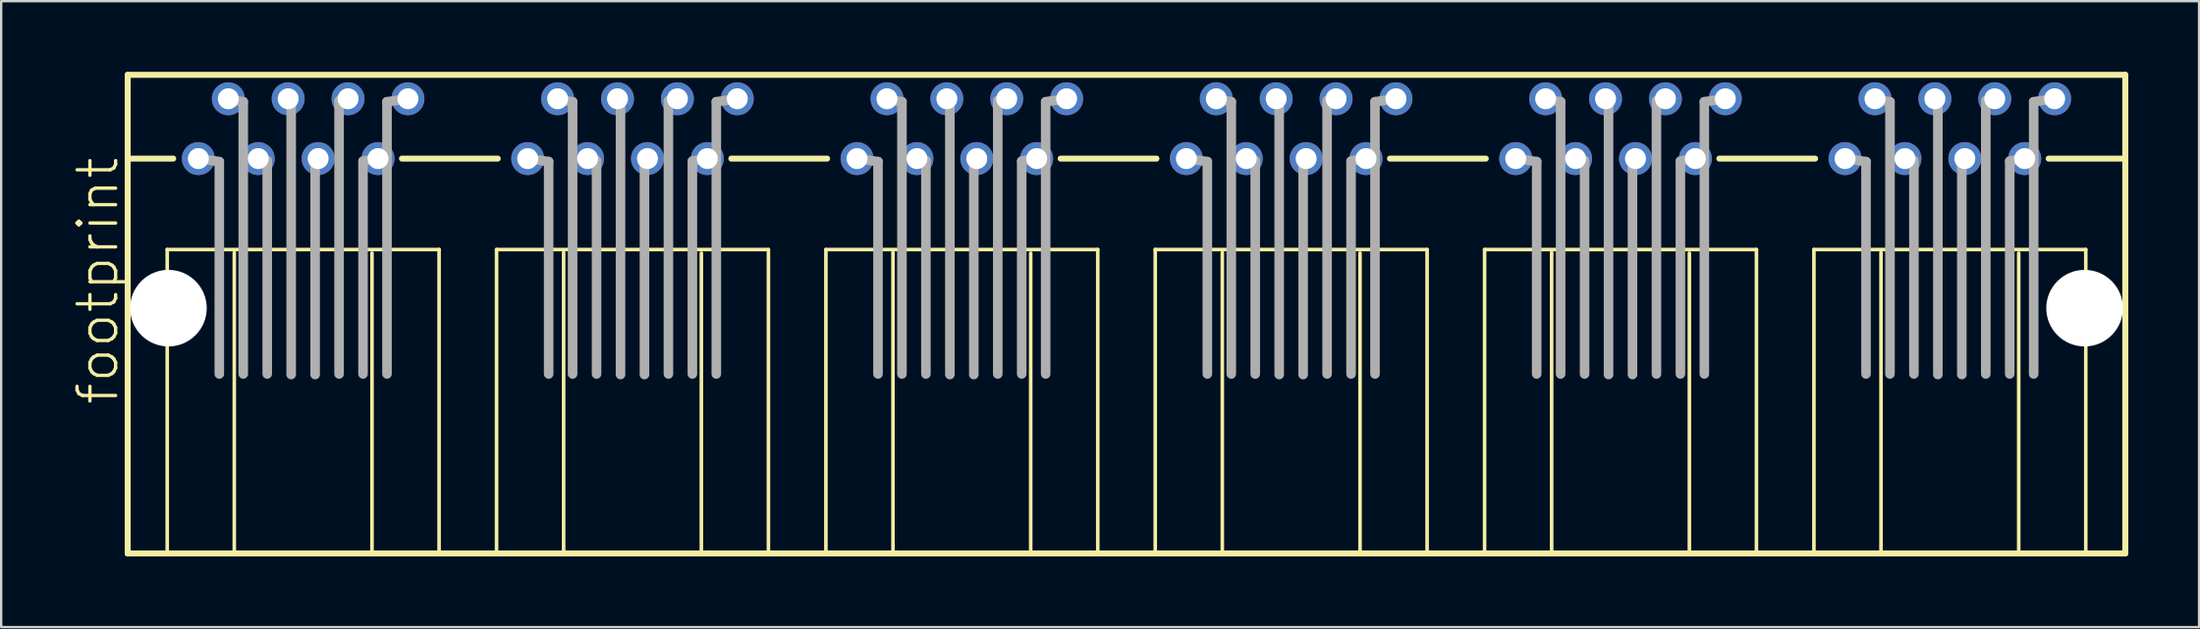
<source format=kicad_pcb>
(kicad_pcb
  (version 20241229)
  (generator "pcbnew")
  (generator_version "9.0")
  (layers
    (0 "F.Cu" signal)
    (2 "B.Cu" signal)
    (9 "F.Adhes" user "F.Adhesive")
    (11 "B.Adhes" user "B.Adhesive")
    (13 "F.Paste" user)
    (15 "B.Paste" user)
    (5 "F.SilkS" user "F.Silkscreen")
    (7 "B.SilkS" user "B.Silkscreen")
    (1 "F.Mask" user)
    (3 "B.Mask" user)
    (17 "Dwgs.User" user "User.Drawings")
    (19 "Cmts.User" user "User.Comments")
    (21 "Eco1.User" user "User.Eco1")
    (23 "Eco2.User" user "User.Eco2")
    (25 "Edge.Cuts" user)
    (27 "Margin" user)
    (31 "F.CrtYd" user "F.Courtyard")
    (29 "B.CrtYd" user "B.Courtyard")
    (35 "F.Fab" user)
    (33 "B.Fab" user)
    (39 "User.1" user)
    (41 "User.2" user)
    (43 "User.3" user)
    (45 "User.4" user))
  (footprint "footprint"
    (layer "F.Cu")
    (at 44.734 10.033)
    (property "Reference" "footprint" (at -42.672 4.191 90) (layer "F.SilkS") (effects (font (size 1.636 1.636) (thickness 0.142)) (justify left bottom)))
    (fp_line (start -42.367 -9.906) (end -42.367 -6.35) (stroke (width 0.254) (type solid)) (layer "F.SilkS"))
    (fp_line (start -42.367 -6.35) (end -42.367 10.414) (stroke (width 0.254) (type solid)) (layer "F.SilkS"))
    (fp_line (start -42.367 10.414) (end -37.846 10.414) (stroke (width 0.254) (type solid)) (layer "F.SilkS"))
    (fp_line (start -40.691 -2.489) (end -40.691 10.363) (stroke (width 0.152) (type solid)) (layer "F.SilkS"))
    (fp_line (start -40.437 -6.35) (end -42.367 -6.35) (stroke (width 0.254) (type solid)) (layer "F.SilkS"))
    (fp_line (start -37.846 10.414) (end -37.846 -2.362) (stroke (width 0.152) (type solid)) (layer "F.SilkS"))
    (fp_line (start -37.846 10.414) (end -32.004 10.414) (stroke (width 0.254) (type solid)) (layer "F.SilkS"))
    (fp_line (start -32.004 -2.337) (end -32.004 10.414) (stroke (width 0.152) (type solid)) (layer "F.SilkS"))
    (fp_line (start -32.004 10.414) (end -23.876 10.414) (stroke (width 0.254) (type solid)) (layer "F.SilkS"))
    (fp_line (start -30.734 -6.35) (end -26.67 -6.35) (stroke (width 0.254) (type solid)) (layer "F.SilkS"))
    (fp_line (start -29.159 -2.489) (end -40.691 -2.489) (stroke (width 0.152) (type solid)) (layer "F.SilkS"))
    (fp_line (start -29.159 10.363) (end -29.159 -2.489) (stroke (width 0.152) (type solid)) (layer "F.SilkS"))
    (fp_line (start -26.721 -2.489) (end -26.721 10.363) (stroke (width 0.152) (type solid)) (layer "F.SilkS"))
    (fp_line (start -23.876 10.414) (end -23.876 -2.362) (stroke (width 0.152) (type solid)) (layer "F.SilkS"))
    (fp_line (start -23.876 10.414) (end -18.034 10.414) (stroke (width 0.254) (type solid)) (layer "F.SilkS"))
    (fp_line (start -18.034 -2.337) (end -18.034 10.414) (stroke (width 0.152) (type solid)) (layer "F.SilkS"))
    (fp_line (start -18.034 10.414) (end -9.906 10.414) (stroke (width 0.254) (type solid)) (layer "F.SilkS"))
    (fp_line (start -16.764 -6.35) (end -12.7 -6.35) (stroke (width 0.254) (type solid)) (layer "F.SilkS"))
    (fp_line (start -15.189 -2.489) (end -26.721 -2.489) (stroke (width 0.152) (type solid)) (layer "F.SilkS"))
    (fp_line (start -15.189 10.363) (end -15.189 -2.489) (stroke (width 0.152) (type solid)) (layer "F.SilkS"))
    (fp_line (start -12.751 -2.489) (end -12.751 10.363) (stroke (width 0.152) (type solid)) (layer "F.SilkS"))
    (fp_line (start -9.906 10.414) (end -9.906 -2.362) (stroke (width 0.152) (type solid)) (layer "F.SilkS"))
    (fp_line (start -9.906 10.414) (end -4.064 10.414) (stroke (width 0.254) (type solid)) (layer "F.SilkS"))
    (fp_line (start -4.064 -2.337) (end -4.064 10.414) (stroke (width 0.152) (type solid)) (layer "F.SilkS"))
    (fp_line (start -4.064 10.414) (end 4.064 10.414) (stroke (width 0.254) (type solid)) (layer "F.SilkS"))
    (fp_line (start -2.794 -6.35) (end 1.27 -6.35) (stroke (width 0.254) (type solid)) (layer "F.SilkS"))
    (fp_line (start -1.219 -2.489) (end -12.751 -2.489) (stroke (width 0.152) (type solid)) (layer "F.SilkS"))
    (fp_line (start -1.219 10.363) (end -1.219 -2.489) (stroke (width 0.152) (type solid)) (layer "F.SilkS"))
    (fp_line (start 1.219 -2.489) (end 1.219 10.363) (stroke (width 0.152) (type solid)) (layer "F.SilkS"))
    (fp_line (start 4.064 10.414) (end 4.064 -2.362) (stroke (width 0.152) (type solid)) (layer "F.SilkS"))
    (fp_line (start 4.064 10.414) (end 9.906 10.414) (stroke (width 0.254) (type solid)) (layer "F.SilkS"))
    (fp_line (start 9.906 -2.337) (end 9.906 10.414) (stroke (width 0.152) (type solid)) (layer "F.SilkS"))
    (fp_line (start 9.906 10.414) (end 18.034 10.414) (stroke (width 0.254) (type solid)) (layer "F.SilkS"))
    (fp_line (start 11.176 -6.35) (end 15.24 -6.35) (stroke (width 0.254) (type solid)) (layer "F.SilkS"))
    (fp_line (start 12.751 -2.489) (end 1.219 -2.489) (stroke (width 0.152) (type solid)) (layer "F.SilkS"))
    (fp_line (start 12.751 10.363) (end 12.751 -2.489) (stroke (width 0.152) (type solid)) (layer "F.SilkS"))
    (fp_line (start 15.189 -2.489) (end 15.189 10.363) (stroke (width 0.152) (type solid)) (layer "F.SilkS"))
    (fp_line (start 18.034 10.414) (end 18.034 -2.362) (stroke (width 0.152) (type solid)) (layer "F.SilkS"))
    (fp_line (start 18.034 10.414) (end 23.876 10.414) (stroke (width 0.254) (type solid)) (layer "F.SilkS"))
    (fp_line (start 23.876 -2.337) (end 23.876 10.414) (stroke (width 0.152) (type solid)) (layer "F.SilkS"))
    (fp_line (start 23.876 10.414) (end 32.004 10.414) (stroke (width 0.254) (type solid)) (layer "F.SilkS"))
    (fp_line (start 25.146 -6.35) (end 29.21 -6.35) (stroke (width 0.254) (type solid)) (layer "F.SilkS"))
    (fp_line (start 26.721 -2.489) (end 15.189 -2.489) (stroke (width 0.152) (type solid)) (layer "F.SilkS"))
    (fp_line (start 26.721 10.363) (end 26.721 -2.489) (stroke (width 0.152) (type solid)) (layer "F.SilkS"))
    (fp_line (start 29.159 -2.489) (end 29.159 10.363) (stroke (width 0.152) (type solid)) (layer "F.SilkS"))
    (fp_line (start 32.004 10.414) (end 32.004 -2.362) (stroke (width 0.152) (type solid)) (layer "F.SilkS"))
    (fp_line (start 32.004 10.414) (end 37.846 10.414) (stroke (width 0.254) (type solid)) (layer "F.SilkS"))
    (fp_line (start 37.846 -2.337) (end 37.846 10.414) (stroke (width 0.152) (type solid)) (layer "F.SilkS"))
    (fp_line (start 37.846 10.414) (end 42.367 10.414) (stroke (width 0.254) (type solid)) (layer "F.SilkS"))
    (fp_line (start 39.116 -6.35) (end 42.367 -6.35) (stroke (width 0.254) (type solid)) (layer "F.SilkS"))
    (fp_line (start 40.691 -2.489) (end 29.159 -2.489) (stroke (width 0.152) (type solid)) (layer "F.SilkS"))
    (fp_line (start 40.691 10.363) (end 40.691 -2.489) (stroke (width 0.152) (type solid)) (layer "F.SilkS"))
    (fp_line (start 42.367 -9.906) (end -42.367 -9.906) (stroke (width 0.254) (type solid)) (layer "F.SilkS"))
    (fp_line (start 42.367 -6.35) (end 42.367 -9.906) (stroke (width 0.254) (type solid)) (layer "F.SilkS"))
    (fp_line (start 42.367 10.414) (end 42.367 -6.35) (stroke (width 0.254) (type solid)) (layer "F.SilkS"))
    (fp_line (start -39.37 -6.35) (end -38.481 -6.223) (stroke (width 0.406) (type solid)) (layer "F.Fab"))
    (fp_line (start -38.481 -6.223) (end -38.481 2.794) (stroke (width 0.406) (type solid)) (layer "F.Fab"))
    (fp_line (start -38.1 -8.865) (end -37.465 -8.763) (stroke (width 0.406) (type solid)) (layer "F.Fab"))
    (fp_line (start -37.465 -8.763) (end -37.465 2.794) (stroke (width 0.406) (type solid)) (layer "F.Fab"))
    (fp_line (start -36.83 -6.35) (end -36.449 -6.274) (stroke (width 0.406) (type solid)) (layer "F.Fab"))
    (fp_line (start -36.449 -6.223) (end -36.449 2.794) (stroke (width 0.406) (type solid)) (layer "F.Fab"))
    (fp_line (start -35.56 -8.89) (end -35.433 -8.865) (stroke (width 0.406) (type solid)) (layer "F.Fab"))
    (fp_line (start -35.433 -8.763) (end -35.433 2.819) (stroke (width 0.406) (type solid)) (layer "F.Fab"))
    (fp_line (start -34.417 -6.223) (end -34.417 2.819) (stroke (width 0.406) (type solid)) (layer "F.Fab"))
    (fp_line (start -34.29 -6.35) (end -34.417 -6.299) (stroke (width 0.406) (type solid)) (layer "F.Fab"))
    (fp_line (start -33.401 -8.763) (end -33.401 2.794) (stroke (width 0.406) (type solid)) (layer "F.Fab"))
    (fp_line (start -33.02 -8.89) (end -33.401 -8.814) (stroke (width 0.406) (type solid)) (layer "F.Fab"))
    (fp_line (start -32.385 -6.223) (end -32.385 2.794) (stroke (width 0.406) (type solid)) (layer "F.Fab"))
    (fp_line (start -31.75 -6.35) (end -32.385 -6.248) (stroke (width 0.406) (type solid)) (layer "F.Fab"))
    (fp_line (start -31.369 -8.763) (end -31.369 2.794) (stroke (width 0.406) (type solid)) (layer "F.Fab"))
    (fp_line (start -30.48 -8.89) (end -31.369 -8.763) (stroke (width 0.406) (type solid)) (layer "F.Fab"))
    (fp_line (start -25.4 -6.35) (end -24.511 -6.223) (stroke (width 0.406) (type solid)) (layer "F.Fab"))
    (fp_line (start -24.511 -6.223) (end -24.511 2.794) (stroke (width 0.406) (type solid)) (layer "F.Fab"))
    (fp_line (start -24.13 -8.865) (end -23.495 -8.763) (stroke (width 0.406) (type solid)) (layer "F.Fab"))
    (fp_line (start -23.495 -8.763) (end -23.495 2.794) (stroke (width 0.406) (type solid)) (layer "F.Fab"))
    (fp_line (start -22.86 -6.35) (end -22.479 -6.274) (stroke (width 0.406) (type solid)) (layer "F.Fab"))
    (fp_line (start -22.479 -6.223) (end -22.479 2.794) (stroke (width 0.406) (type solid)) (layer "F.Fab"))
    (fp_line (start -21.59 -8.89) (end -21.463 -8.865) (stroke (width 0.406) (type solid)) (layer "F.Fab"))
    (fp_line (start -21.463 -8.763) (end -21.463 2.819) (stroke (width 0.406) (type solid)) (layer "F.Fab"))
    (fp_line (start -20.447 -6.223) (end -20.447 2.819) (stroke (width 0.406) (type solid)) (layer "F.Fab"))
    (fp_line (start -20.32 -6.35) (end -20.447 -6.299) (stroke (width 0.406) (type solid)) (layer "F.Fab"))
    (fp_line (start -19.431 -8.763) (end -19.431 2.794) (stroke (width 0.406) (type solid)) (layer "F.Fab"))
    (fp_line (start -19.05 -8.89) (end -19.431 -8.814) (stroke (width 0.406) (type solid)) (layer "F.Fab"))
    (fp_line (start -18.415 -6.223) (end -18.415 2.794) (stroke (width 0.406) (type solid)) (layer "F.Fab"))
    (fp_line (start -17.78 -6.35) (end -18.415 -6.248) (stroke (width 0.406) (type solid)) (layer "F.Fab"))
    (fp_line (start -17.399 -8.763) (end -17.399 2.794) (stroke (width 0.406) (type solid)) (layer "F.Fab"))
    (fp_line (start -16.51 -8.89) (end -17.399 -8.763) (stroke (width 0.406) (type solid)) (layer "F.Fab"))
    (fp_line (start -11.43 -6.35) (end -10.541 -6.223) (stroke (width 0.406) (type solid)) (layer "F.Fab"))
    (fp_line (start -10.541 -6.223) (end -10.541 2.794) (stroke (width 0.406) (type solid)) (layer "F.Fab"))
    (fp_line (start -10.16 -8.865) (end -9.525 -8.763) (stroke (width 0.406) (type solid)) (layer "F.Fab"))
    (fp_line (start -9.525 -8.763) (end -9.525 2.794) (stroke (width 0.406) (type solid)) (layer "F.Fab"))
    (fp_line (start -8.89 -6.35) (end -8.509 -6.274) (stroke (width 0.406) (type solid)) (layer "F.Fab"))
    (fp_line (start -8.509 -6.223) (end -8.509 2.794) (stroke (width 0.406) (type solid)) (layer "F.Fab"))
    (fp_line (start -7.62 -8.89) (end -7.493 -8.865) (stroke (width 0.406) (type solid)) (layer "F.Fab"))
    (fp_line (start -7.493 -8.763) (end -7.493 2.819) (stroke (width 0.406) (type solid)) (layer "F.Fab"))
    (fp_line (start -6.477 -6.223) (end -6.477 2.819) (stroke (width 0.406) (type solid)) (layer "F.Fab"))
    (fp_line (start -6.35 -6.35) (end -6.477 -6.299) (stroke (width 0.406) (type solid)) (layer "F.Fab"))
    (fp_line (start -5.461 -8.763) (end -5.461 2.794) (stroke (width 0.406) (type solid)) (layer "F.Fab"))
    (fp_line (start -5.08 -8.89) (end -5.461 -8.814) (stroke (width 0.406) (type solid)) (layer "F.Fab"))
    (fp_line (start -4.445 -6.223) (end -4.445 2.794) (stroke (width 0.406) (type solid)) (layer "F.Fab"))
    (fp_line (start -3.81 -6.35) (end -4.445 -6.248) (stroke (width 0.406) (type solid)) (layer "F.Fab"))
    (fp_line (start -3.429 -8.763) (end -3.429 2.794) (stroke (width 0.406) (type solid)) (layer "F.Fab"))
    (fp_line (start -2.54 -8.89) (end -3.429 -8.763) (stroke (width 0.406) (type solid)) (layer "F.Fab"))
    (fp_line (start 2.54 -6.35) (end 3.429 -6.223) (stroke (width 0.406) (type solid)) (layer "F.Fab"))
    (fp_line (start 3.429 -6.223) (end 3.429 2.794) (stroke (width 0.406) (type solid)) (layer "F.Fab"))
    (fp_line (start 3.81 -8.865) (end 4.445 -8.763) (stroke (width 0.406) (type solid)) (layer "F.Fab"))
    (fp_line (start 4.445 -8.763) (end 4.445 2.794) (stroke (width 0.406) (type solid)) (layer "F.Fab"))
    (fp_line (start 5.08 -6.35) (end 5.461 -6.274) (stroke (width 0.406) (type solid)) (layer "F.Fab"))
    (fp_line (start 5.461 -6.223) (end 5.461 2.794) (stroke (width 0.406) (type solid)) (layer "F.Fab"))
    (fp_line (start 6.35 -8.89) (end 6.477 -8.865) (stroke (width 0.406) (type solid)) (layer "F.Fab"))
    (fp_line (start 6.477 -8.763) (end 6.477 2.819) (stroke (width 0.406) (type solid)) (layer "F.Fab"))
    (fp_line (start 7.493 -6.223) (end 7.493 2.819) (stroke (width 0.406) (type solid)) (layer "F.Fab"))
    (fp_line (start 7.62 -6.35) (end 7.493 -6.299) (stroke (width 0.406) (type solid)) (layer "F.Fab"))
    (fp_line (start 8.509 -8.763) (end 8.509 2.794) (stroke (width 0.406) (type solid)) (layer "F.Fab"))
    (fp_line (start 8.89 -8.89) (end 8.509 -8.814) (stroke (width 0.406) (type solid)) (layer "F.Fab"))
    (fp_line (start 9.525 -6.223) (end 9.525 2.794) (stroke (width 0.406) (type solid)) (layer "F.Fab"))
    (fp_line (start 10.16 -6.35) (end 9.525 -6.248) (stroke (width 0.406) (type solid)) (layer "F.Fab"))
    (fp_line (start 10.541 -8.763) (end 10.541 2.794) (stroke (width 0.406) (type solid)) (layer "F.Fab"))
    (fp_line (start 11.43 -8.89) (end 10.541 -8.763) (stroke (width 0.406) (type solid)) (layer "F.Fab"))
    (fp_line (start 16.51 -6.35) (end 17.399 -6.223) (stroke (width 0.406) (type solid)) (layer "F.Fab"))
    (fp_line (start 17.399 -6.223) (end 17.399 2.794) (stroke (width 0.406) (type solid)) (layer "F.Fab"))
    (fp_line (start 17.78 -8.865) (end 18.415 -8.763) (stroke (width 0.406) (type solid)) (layer "F.Fab"))
    (fp_line (start 18.415 -8.763) (end 18.415 2.794) (stroke (width 0.406) (type solid)) (layer "F.Fab"))
    (fp_line (start 19.05 -6.35) (end 19.431 -6.274) (stroke (width 0.406) (type solid)) (layer "F.Fab"))
    (fp_line (start 19.431 -6.223) (end 19.431 2.794) (stroke (width 0.406) (type solid)) (layer "F.Fab"))
    (fp_line (start 20.32 -8.89) (end 20.447 -8.865) (stroke (width 0.406) (type solid)) (layer "F.Fab"))
    (fp_line (start 20.447 -8.763) (end 20.447 2.819) (stroke (width 0.406) (type solid)) (layer "F.Fab"))
    (fp_line (start 21.463 -6.223) (end 21.463 2.819) (stroke (width 0.406) (type solid)) (layer "F.Fab"))
    (fp_line (start 21.59 -6.35) (end 21.463 -6.299) (stroke (width 0.406) (type solid)) (layer "F.Fab"))
    (fp_line (start 22.479 -8.763) (end 22.479 2.794) (stroke (width 0.406) (type solid)) (layer "F.Fab"))
    (fp_line (start 22.86 -8.89) (end 22.479 -8.814) (stroke (width 0.406) (type solid)) (layer "F.Fab"))
    (fp_line (start 23.495 -6.223) (end 23.495 2.794) (stroke (width 0.406) (type solid)) (layer "F.Fab"))
    (fp_line (start 24.13 -6.35) (end 23.495 -6.248) (stroke (width 0.406) (type solid)) (layer "F.Fab"))
    (fp_line (start 24.511 -8.763) (end 24.511 2.794) (stroke (width 0.406) (type solid)) (layer "F.Fab"))
    (fp_line (start 25.4 -8.89) (end 24.511 -8.763) (stroke (width 0.406) (type solid)) (layer "F.Fab"))
    (fp_line (start 30.48 -6.35) (end 31.369 -6.223) (stroke (width 0.406) (type solid)) (layer "F.Fab"))
    (fp_line (start 31.369 -6.223) (end 31.369 2.794) (stroke (width 0.406) (type solid)) (layer "F.Fab"))
    (fp_line (start 31.75 -8.865) (end 32.385 -8.763) (stroke (width 0.406) (type solid)) (layer "F.Fab"))
    (fp_line (start 32.385 -8.763) (end 32.385 2.794) (stroke (width 0.406) (type solid)) (layer "F.Fab"))
    (fp_line (start 33.02 -6.35) (end 33.401 -6.274) (stroke (width 0.406) (type solid)) (layer "F.Fab"))
    (fp_line (start 33.401 -6.223) (end 33.401 2.794) (stroke (width 0.406) (type solid)) (layer "F.Fab"))
    (fp_line (start 34.29 -8.89) (end 34.417 -8.865) (stroke (width 0.406) (type solid)) (layer "F.Fab"))
    (fp_line (start 34.417 -8.763) (end 34.417 2.819) (stroke (width 0.406) (type solid)) (layer "F.Fab"))
    (fp_line (start 35.433 -6.223) (end 35.433 2.819) (stroke (width 0.406) (type solid)) (layer "F.Fab"))
    (fp_line (start 35.56 -6.35) (end 35.433 -6.299) (stroke (width 0.406) (type solid)) (layer "F.Fab"))
    (fp_line (start 36.449 -8.763) (end 36.449 2.794) (stroke (width 0.406) (type solid)) (layer "F.Fab"))
    (fp_line (start 36.83 -8.89) (end 36.449 -8.814) (stroke (width 0.406) (type solid)) (layer "F.Fab"))
    (fp_line (start 37.465 -6.223) (end 37.465 2.794) (stroke (width 0.406) (type solid)) (layer "F.Fab"))
    (fp_line (start 38.1 -6.35) (end 37.465 -6.248) (stroke (width 0.406) (type solid)) (layer "F.Fab"))
    (fp_line (start 38.481 -8.763) (end 38.481 2.794) (stroke (width 0.406) (type solid)) (layer "F.Fab"))
    (fp_line (start 39.37 -8.89) (end 38.481 -8.763) (stroke (width 0.406) (type solid)) (layer "F.Fab"))
    (pad "" np_thru_hole circle (at -40.64 0) (size 3.251 3.251) (drill 3.251) (layers "*.Cu" "*.Mask"))
    (pad "" np_thru_hole circle (at 40.64 0) (size 3.251 3.251) (drill 3.251) (layers "*.Cu" "*.Mask"))
    (pad "1-1" thru_hole circle (at -39.37 -6.35) (size 1.397 1.397) (drill 0.889) (layers "*.Cu" "*.Mask"))
    (pad "1-2" thru_hole circle (at -38.1 -8.89) (size 1.397 1.397) (drill 0.889) (layers "*.Cu" "*.Mask"))
    (pad "1-3" thru_hole circle (at -36.83 -6.35) (size 1.397 1.397) (drill 0.889) (layers "*.Cu" "*.Mask"))
    (pad "1-4" thru_hole circle (at -35.56 -8.89) (size 1.397 1.397) (drill 0.889) (layers "*.Cu" "*.Mask"))
    (pad "1-5" thru_hole circle (at -34.29 -6.35) (size 1.397 1.397) (drill 0.889) (layers "*.Cu" "*.Mask"))
    (pad "1-6" thru_hole circle (at -33.02 -8.89) (size 1.397 1.397) (drill 0.889) (layers "*.Cu" "*.Mask"))
    (pad "1-7" thru_hole circle (at -31.75 -6.35) (size 1.397 1.397) (drill 0.889) (layers "*.Cu" "*.Mask"))
    (pad "1-8" thru_hole circle (at -30.48 -8.89) (size 1.397 1.397) (drill 0.889) (layers "*.Cu" "*.Mask"))
    (pad "2-1" thru_hole circle (at -25.4 -6.35) (size 1.397 1.397) (drill 0.889) (layers "*.Cu" "*.Mask"))
    (pad "2-2" thru_hole circle (at -24.13 -8.89) (size 1.397 1.397) (drill 0.889) (layers "*.Cu" "*.Mask"))
    (pad "2-3" thru_hole circle (at -22.86 -6.35) (size 1.397 1.397) (drill 0.889) (layers "*.Cu" "*.Mask"))
    (pad "2-4" thru_hole circle (at -21.59 -8.89) (size 1.397 1.397) (drill 0.889) (layers "*.Cu" "*.Mask"))
    (pad "2-5" thru_hole circle (at -20.32 -6.35) (size 1.397 1.397) (drill 0.889) (layers "*.Cu" "*.Mask"))
    (pad "2-6" thru_hole circle (at -19.05 -8.89) (size 1.397 1.397) (drill 0.889) (layers "*.Cu" "*.Mask"))
    (pad "2-7" thru_hole circle (at -17.78 -6.35) (size 1.397 1.397) (drill 0.889) (layers "*.Cu" "*.Mask"))
    (pad "2-8" thru_hole circle (at -16.51 -8.89) (size 1.397 1.397) (drill 0.889) (layers "*.Cu" "*.Mask"))
    (pad "3-1" thru_hole circle (at -11.43 -6.35) (size 1.397 1.397) (drill 0.889) (layers "*.Cu" "*.Mask"))
    (pad "3-2" thru_hole circle (at -10.16 -8.89) (size 1.397 1.397) (drill 0.889) (layers "*.Cu" "*.Mask"))
    (pad "3-3" thru_hole circle (at -8.89 -6.35) (size 1.397 1.397) (drill 0.889) (layers "*.Cu" "*.Mask"))
    (pad "3-4" thru_hole circle (at -7.62 -8.89) (size 1.397 1.397) (drill 0.889) (layers "*.Cu" "*.Mask"))
    (pad "3-5" thru_hole circle (at -6.35 -6.35) (size 1.397 1.397) (drill 0.889) (layers "*.Cu" "*.Mask"))
    (pad "3-6" thru_hole circle (at -5.08 -8.89) (size 1.397 1.397) (drill 0.889) (layers "*.Cu" "*.Mask"))
    (pad "3-7" thru_hole circle (at -3.81 -6.35) (size 1.397 1.397) (drill 0.889) (layers "*.Cu" "*.Mask"))
    (pad "3-8" thru_hole circle (at -2.54 -8.89) (size 1.397 1.397) (drill 0.889) (layers "*.Cu" "*.Mask"))
    (pad "4-1" thru_hole circle (at 2.54 -6.35) (size 1.397 1.397) (drill 0.889) (layers "*.Cu" "*.Mask"))
    (pad "4-2" thru_hole circle (at 3.81 -8.89) (size 1.397 1.397) (drill 0.889) (layers "*.Cu" "*.Mask"))
    (pad "4-3" thru_hole circle (at 5.08 -6.35) (size 1.397 1.397) (drill 0.889) (layers "*.Cu" "*.Mask"))
    (pad "4-4" thru_hole circle (at 6.35 -8.89) (size 1.397 1.397) (drill 0.889) (layers "*.Cu" "*.Mask"))
    (pad "4-5" thru_hole circle (at 7.62 -6.35) (size 1.397 1.397) (drill 0.889) (layers "*.Cu" "*.Mask"))
    (pad "4-6" thru_hole circle (at 8.89 -8.89) (size 1.397 1.397) (drill 0.889) (layers "*.Cu" "*.Mask"))
    (pad "4-7" thru_hole circle (at 10.16 -6.35) (size 1.397 1.397) (drill 0.889) (layers "*.Cu" "*.Mask"))
    (pad "4-8" thru_hole circle (at 11.43 -8.89) (size 1.397 1.397) (drill 0.889) (layers "*.Cu" "*.Mask"))
    (pad "5-1" thru_hole circle (at 16.51 -6.35) (size 1.397 1.397) (drill 0.889) (layers "*.Cu" "*.Mask"))
    (pad "5-2" thru_hole circle (at 17.78 -8.89) (size 1.397 1.397) (drill 0.889) (layers "*.Cu" "*.Mask"))
    (pad "5-3" thru_hole circle (at 19.05 -6.35) (size 1.397 1.397) (drill 0.889) (layers "*.Cu" "*.Mask"))
    (pad "5-4" thru_hole circle (at 20.32 -8.89) (size 1.397 1.397) (drill 0.889) (layers "*.Cu" "*.Mask"))
    (pad "5-5" thru_hole circle (at 21.59 -6.35) (size 1.397 1.397) (drill 0.889) (layers "*.Cu" "*.Mask"))
    (pad "5-6" thru_hole circle (at 22.86 -8.89) (size 1.397 1.397) (drill 0.889) (layers "*.Cu" "*.Mask"))
    (pad "5-7" thru_hole circle (at 24.13 -6.35) (size 1.397 1.397) (drill 0.889) (layers "*.Cu" "*.Mask"))
    (pad "5-8" thru_hole circle (at 25.4 -8.89) (size 1.397 1.397) (drill 0.889) (layers "*.Cu" "*.Mask"))
    (pad "6-1" thru_hole circle (at 30.48 -6.35) (size 1.397 1.397) (drill 0.889) (layers "*.Cu" "*.Mask"))
    (pad "6-2" thru_hole circle (at 31.75 -8.89) (size 1.397 1.397) (drill 0.889) (layers "*.Cu" "*.Mask"))
    (pad "6-3" thru_hole circle (at 33.02 -6.35) (size 1.397 1.397) (drill 0.889) (layers "*.Cu" "*.Mask"))
    (pad "6-4" thru_hole circle (at 34.29 -8.89) (size 1.397 1.397) (drill 0.889) (layers "*.Cu" "*.Mask"))
    (pad "6-5" thru_hole circle (at 35.56 -6.35) (size 1.397 1.397) (drill 0.889) (layers "*.Cu" "*.Mask"))
    (pad "6-6" thru_hole circle (at 36.83 -8.89) (size 1.397 1.397) (drill 0.889) (layers "*.Cu" "*.Mask"))
    (pad "6-7" thru_hole circle (at 38.1 -6.35) (size 1.397 1.397) (drill 0.889) (layers "*.Cu" "*.Mask"))
    (pad "6-8" thru_hole circle (at 39.37 -8.89) (size 1.397 1.397) (drill 0.889) (layers "*.Cu" "*.Mask")))
  (gr_rect
    (start -3 -3)
    (end 90.229 23.574)
    (stroke (width 0.1) (type default))
    (fill no)
    (layer "Edge.Cuts")))
</source>
